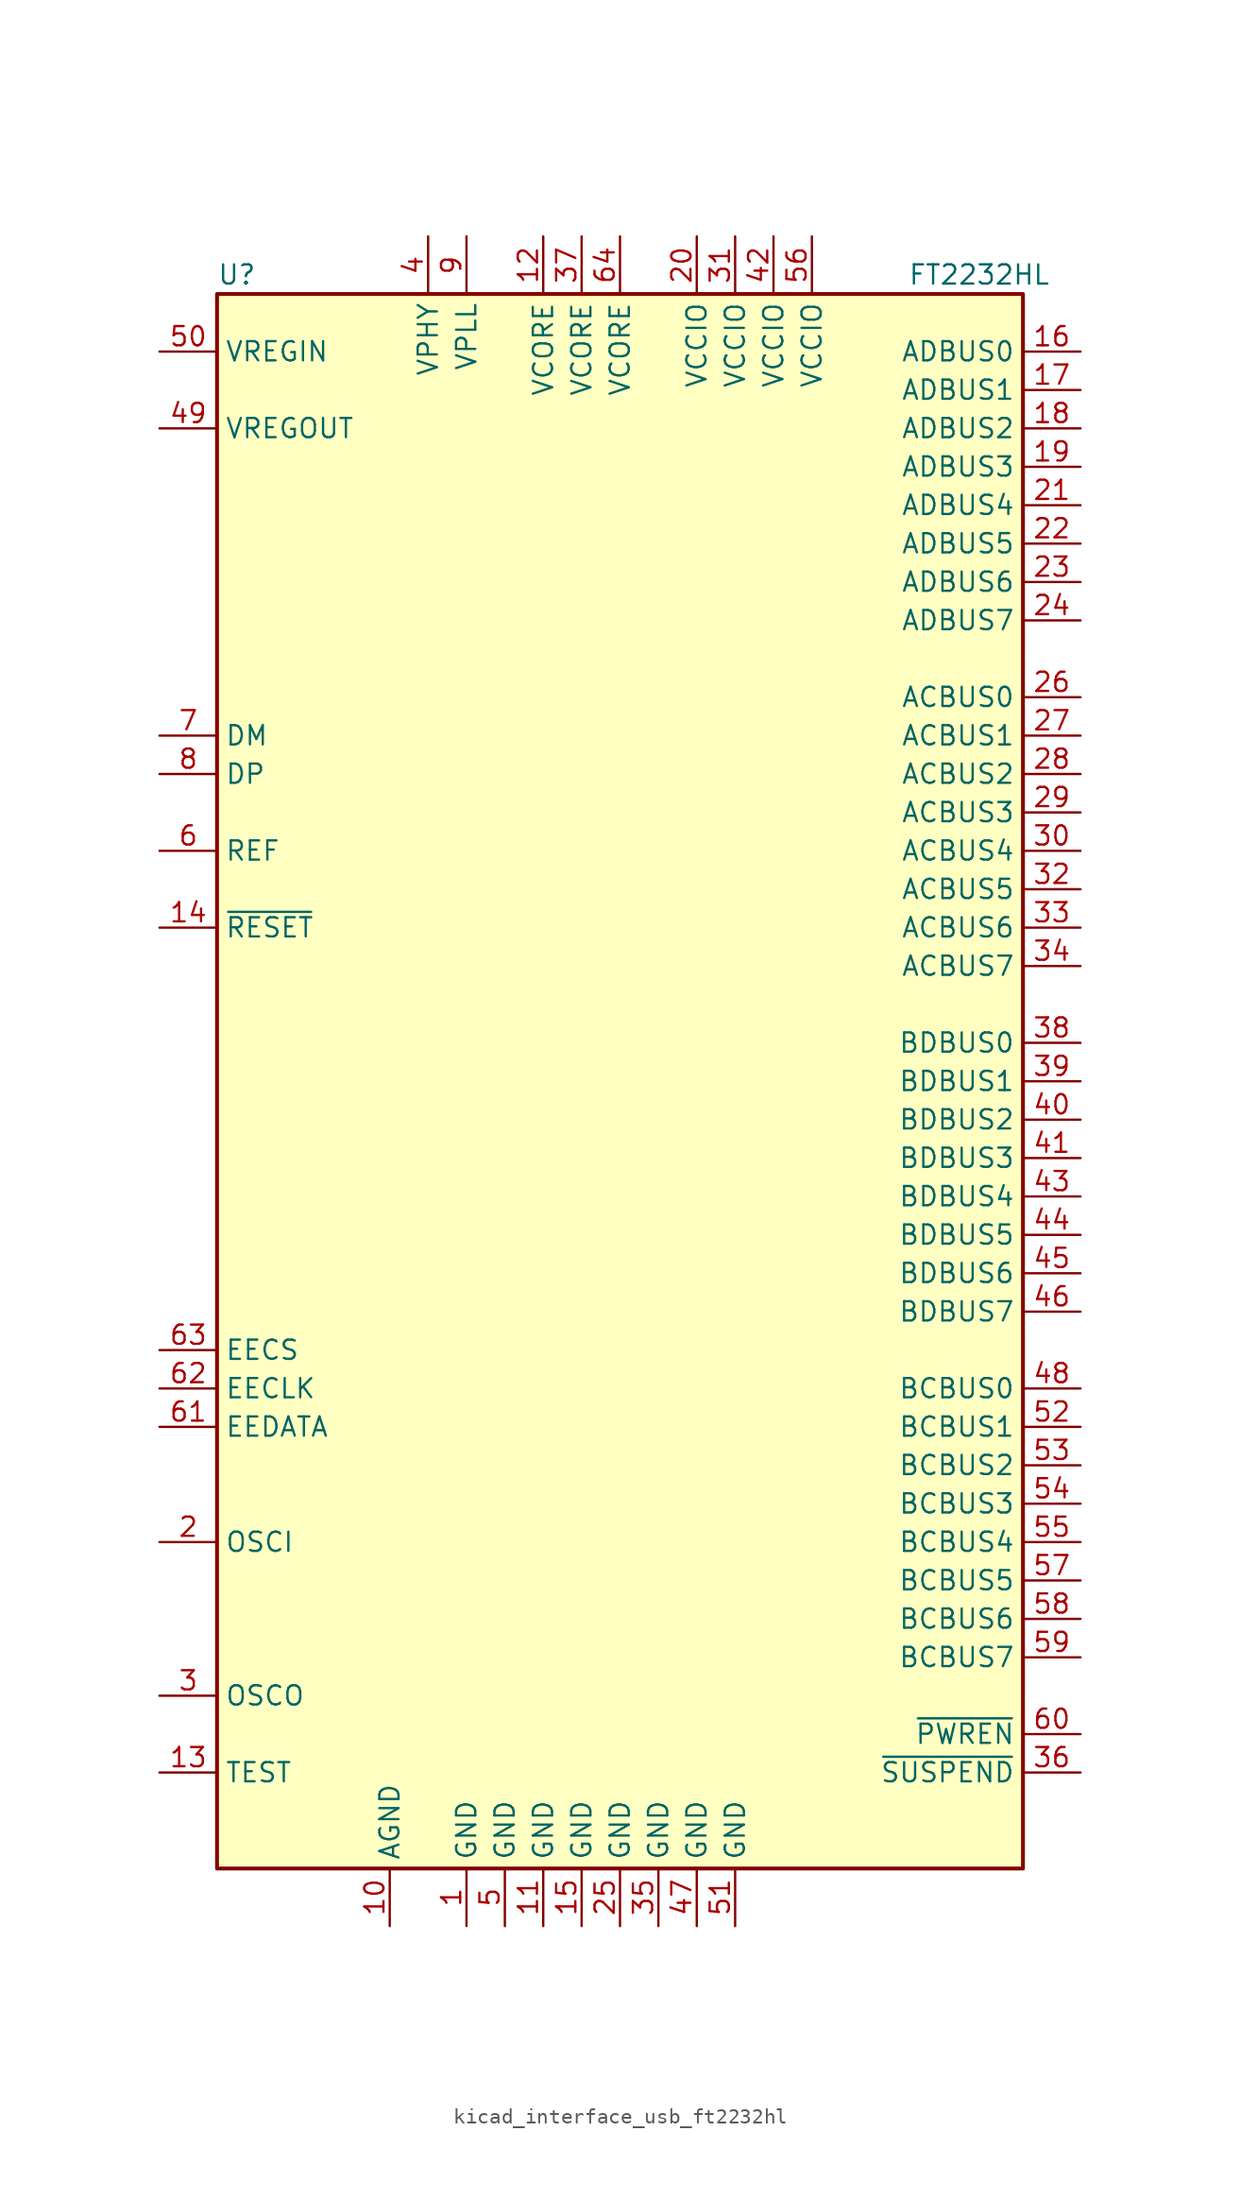
<source format=kicad_sym>
(kicad_symbol_lib
  (version 20220914)
  (generator kicad_symbol_editor)
  (symbol "kicad_interface_usb_ft2232hl"
    (property "Reference" "U"
      (at -26.67 53.34 0)
      (effects (font (size 1.27 1.27)) (justify left)))
    (property "Value" "FT2232HL"
      (at 19.05 53.34 0)
      (effects (font (size 1.27 1.27)) (justify left)))
    (symbol "kicad_interface_usb_ft2232hl_0_1"
      (rectangle (start -26.67 -52.07) (end 26.67 52.07) (stroke (width 0.254) (type default)) (fill (type background))))
    (symbol "kicad_interface_usb_ft2232hl_1_1"
      (pin power_in line (at -10.16 -55.88 90) (length 3.81) (name "GND" (effects (font (size 1.27 1.27)))) (number "1" (effects (font (size 1.27 1.27)))))
      (pin power_in line (at -15.24 -55.88 90) (length 3.81) (name "AGND" (effects (font (size 1.27 1.27)))) (number "10" (effects (font (size 1.27 1.27)))))
      (pin power_in line (at -5.08 -55.88 90) (length 3.81) (name "GND" (effects (font (size 1.27 1.27)))) (number "11" (effects (font (size 1.27 1.27)))))
      (pin power_in line (at -5.08 55.88 270) (length 3.81) (name "VCORE" (effects (font (size 1.27 1.27)))) (number "12" (effects (font (size 1.27 1.27)))))
      (pin input line (at -30.48 -45.72 0) (length 3.81) (name "TEST" (effects (font (size 1.27 1.27)))) (number "13" (effects (font (size 1.27 1.27)))))
      (pin input line (at -30.48 10.16 0) (length 3.81) (name "~{RESET}" (effects (font (size 1.27 1.27)))) (number "14" (effects (font (size 1.27 1.27)))))
      (pin power_in line (at -2.54 -55.88 90) (length 3.81) (name "GND" (effects (font (size 1.27 1.27)))) (number "15" (effects (font (size 1.27 1.27)))))
      (pin bidirectional line (at 30.48 48.26 180) (length 3.81) (name "ADBUS0" (effects (font (size 1.27 1.27)))) (number "16" (effects (font (size 1.27 1.27)))))
      (pin bidirectional line (at 30.48 45.72 180) (length 3.81) (name "ADBUS1" (effects (font (size 1.27 1.27)))) (number "17" (effects (font (size 1.27 1.27)))))
      (pin bidirectional line (at 30.48 43.18 180) (length 3.81) (name "ADBUS2" (effects (font (size 1.27 1.27)))) (number "18" (effects (font (size 1.27 1.27)))))
      (pin bidirectional line (at 30.48 40.64 180) (length 3.81) (name "ADBUS3" (effects (font (size 1.27 1.27)))) (number "19" (effects (font (size 1.27 1.27)))))
      (pin input line (at -30.48 -30.48 0) (length 3.81) (name "OSCI" (effects (font (size 1.27 1.27)))) (number "2" (effects (font (size 1.27 1.27)))))
      (pin power_in line (at 5.08 55.88 270) (length 3.81) (name "VCCIO" (effects (font (size 1.27 1.27)))) (number "20" (effects (font (size 1.27 1.27)))))
      (pin bidirectional line (at 30.48 38.1 180) (length 3.81) (name "ADBUS4" (effects (font (size 1.27 1.27)))) (number "21" (effects (font (size 1.27 1.27)))))
      (pin bidirectional line (at 30.48 35.56 180) (length 3.81) (name "ADBUS5" (effects (font (size 1.27 1.27)))) (number "22" (effects (font (size 1.27 1.27)))))
      (pin bidirectional line (at 30.48 33.02 180) (length 3.81) (name "ADBUS6" (effects (font (size 1.27 1.27)))) (number "23" (effects (font (size 1.27 1.27)))))
      (pin bidirectional line (at 30.48 30.48 180) (length 3.81) (name "ADBUS7" (effects (font (size 1.27 1.27)))) (number "24" (effects (font (size 1.27 1.27)))))
      (pin power_in line (at 0 -55.88 90) (length 3.81) (name "GND" (effects (font (size 1.27 1.27)))) (number "25" (effects (font (size 1.27 1.27)))))
      (pin bidirectional line (at 30.48 25.4 180) (length 3.81) (name "ACBUS0" (effects (font (size 1.27 1.27)))) (number "26" (effects (font (size 1.27 1.27)))))
      (pin bidirectional line (at 30.48 22.86 180) (length 3.81) (name "ACBUS1" (effects (font (size 1.27 1.27)))) (number "27" (effects (font (size 1.27 1.27)))))
      (pin bidirectional line (at 30.48 20.32 180) (length 3.81) (name "ACBUS2" (effects (font (size 1.27 1.27)))) (number "28" (effects (font (size 1.27 1.27)))))
      (pin bidirectional line (at 30.48 17.78 180) (length 3.81) (name "ACBUS3" (effects (font (size 1.27 1.27)))) (number "29" (effects (font (size 1.27 1.27)))))
      (pin output line (at -30.48 -40.64 0) (length 3.81) (name "OSCO" (effects (font (size 1.27 1.27)))) (number "3" (effects (font (size 1.27 1.27)))))
      (pin bidirectional line (at 30.48 15.24 180) (length 3.81) (name "ACBUS4" (effects (font (size 1.27 1.27)))) (number "30" (effects (font (size 1.27 1.27)))))
      (pin power_in line (at 7.62 55.88 270) (length 3.81) (name "VCCIO" (effects (font (size 1.27 1.27)))) (number "31" (effects (font (size 1.27 1.27)))))
      (pin bidirectional line (at 30.48 12.7 180) (length 3.81) (name "ACBUS5" (effects (font (size 1.27 1.27)))) (number "32" (effects (font (size 1.27 1.27)))))
      (pin bidirectional line (at 30.48 10.16 180) (length 3.81) (name "ACBUS6" (effects (font (size 1.27 1.27)))) (number "33" (effects (font (size 1.27 1.27)))))
      (pin bidirectional line (at 30.48 7.62 180) (length 3.81) (name "ACBUS7" (effects (font (size 1.27 1.27)))) (number "34" (effects (font (size 1.27 1.27)))))
      (pin power_in line (at 2.54 -55.88 90) (length 3.81) (name "GND" (effects (font (size 1.27 1.27)))) (number "35" (effects (font (size 1.27 1.27)))))
      (pin output line (at 30.48 -45.72 180) (length 3.81) (name "~{SUSPEND}" (effects (font (size 1.27 1.27)))) (number "36" (effects (font (size 1.27 1.27)))))
      (pin power_in line (at -2.54 55.88 270) (length 3.81) (name "VCORE" (effects (font (size 1.27 1.27)))) (number "37" (effects (font (size 1.27 1.27)))))
      (pin bidirectional line (at 30.48 2.54 180) (length 3.81) (name "BDBUS0" (effects (font (size 1.27 1.27)))) (number "38" (effects (font (size 1.27 1.27)))))
      (pin bidirectional line (at 30.48 0 180) (length 3.81) (name "BDBUS1" (effects (font (size 1.27 1.27)))) (number "39" (effects (font (size 1.27 1.27)))))
      (pin power_in line (at -12.7 55.88 270) (length 3.81) (name "VPHY" (effects (font (size 1.27 1.27)))) (number "4" (effects (font (size 1.27 1.27)))))
      (pin bidirectional line (at 30.48 -2.54 180) (length 3.81) (name "BDBUS2" (effects (font (size 1.27 1.27)))) (number "40" (effects (font (size 1.27 1.27)))))
      (pin bidirectional line (at 30.48 -5.08 180) (length 3.81) (name "BDBUS3" (effects (font (size 1.27 1.27)))) (number "41" (effects (font (size 1.27 1.27)))))
      (pin power_in line (at 10.16 55.88 270) (length 3.81) (name "VCCIO" (effects (font (size 1.27 1.27)))) (number "42" (effects (font (size 1.27 1.27)))))
      (pin bidirectional line (at 30.48 -7.62 180) (length 3.81) (name "BDBUS4" (effects (font (size 1.27 1.27)))) (number "43" (effects (font (size 1.27 1.27)))))
      (pin bidirectional line (at 30.48 -10.16 180) (length 3.81) (name "BDBUS5" (effects (font (size 1.27 1.27)))) (number "44" (effects (font (size 1.27 1.27)))))
      (pin bidirectional line (at 30.48 -12.7 180) (length 3.81) (name "BDBUS6" (effects (font (size 1.27 1.27)))) (number "45" (effects (font (size 1.27 1.27)))))
      (pin bidirectional line (at 30.48 -15.24 180) (length 3.81) (name "BDBUS7" (effects (font (size 1.27 1.27)))) (number "46" (effects (font (size 1.27 1.27)))))
      (pin power_in line (at 5.08 -55.88 90) (length 3.81) (name "GND" (effects (font (size 1.27 1.27)))) (number "47" (effects (font (size 1.27 1.27)))))
      (pin bidirectional line (at 30.48 -20.32 180) (length 3.81) (name "BCBUS0" (effects (font (size 1.27 1.27)))) (number "48" (effects (font (size 1.27 1.27)))))
      (pin power_out line (at -30.48 43.18 0) (length 3.81) (name "VREGOUT" (effects (font (size 1.27 1.27)))) (number "49" (effects (font (size 1.27 1.27)))))
      (pin power_in line (at -7.62 -55.88 90) (length 3.81) (name "GND" (effects (font (size 1.27 1.27)))) (number "5" (effects (font (size 1.27 1.27)))))
      (pin power_in line (at -30.48 48.26 0) (length 3.81) (name "VREGIN" (effects (font (size 1.27 1.27)))) (number "50" (effects (font (size 1.27 1.27)))))
      (pin power_in line (at 7.62 -55.88 90) (length 3.81) (name "GND" (effects (font (size 1.27 1.27)))) (number "51" (effects (font (size 1.27 1.27)))))
      (pin bidirectional line (at 30.48 -22.86 180) (length 3.81) (name "BCBUS1" (effects (font (size 1.27 1.27)))) (number "52" (effects (font (size 1.27 1.27)))))
      (pin bidirectional line (at 30.48 -25.4 180) (length 3.81) (name "BCBUS2" (effects (font (size 1.27 1.27)))) (number "53" (effects (font (size 1.27 1.27)))))
      (pin bidirectional line (at 30.48 -27.94 180) (length 3.81) (name "BCBUS3" (effects (font (size 1.27 1.27)))) (number "54" (effects (font (size 1.27 1.27)))))
      (pin bidirectional line (at 30.48 -30.48 180) (length 3.81) (name "BCBUS4" (effects (font (size 1.27 1.27)))) (number "55" (effects (font (size 1.27 1.27)))))
      (pin power_in line (at 12.7 55.88 270) (length 3.81) (name "VCCIO" (effects (font (size 1.27 1.27)))) (number "56" (effects (font (size 1.27 1.27)))))
      (pin bidirectional line (at 30.48 -33.02 180) (length 3.81) (name "BCBUS5" (effects (font (size 1.27 1.27)))) (number "57" (effects (font (size 1.27 1.27)))))
      (pin bidirectional line (at 30.48 -35.56 180) (length 3.81) (name "BCBUS6" (effects (font (size 1.27 1.27)))) (number "58" (effects (font (size 1.27 1.27)))))
      (pin bidirectional line (at 30.48 -38.1 180) (length 3.81) (name "BCBUS7" (effects (font (size 1.27 1.27)))) (number "59" (effects (font (size 1.27 1.27)))))
      (pin output line (at -30.48 15.24 0) (length 3.81) (name "REF" (effects (font (size 1.27 1.27)))) (number "6" (effects (font (size 1.27 1.27)))))
      (pin output line (at 30.48 -43.18 180) (length 3.81) (name "~{PWREN}" (effects (font (size 1.27 1.27)))) (number "60" (effects (font (size 1.27 1.27)))))
      (pin bidirectional line (at -30.48 -22.86 0) (length 3.81) (name "EEDATA" (effects (font (size 1.27 1.27)))) (number "61" (effects (font (size 1.27 1.27)))))
      (pin output line (at -30.48 -20.32 0) (length 3.81) (name "EECLK" (effects (font (size 1.27 1.27)))) (number "62" (effects (font (size 1.27 1.27)))))
      (pin output line (at -30.48 -17.78 0) (length 3.81) (name "EECS" (effects (font (size 1.27 1.27)))) (number "63" (effects (font (size 1.27 1.27)))))
      (pin power_in line (at 0 55.88 270) (length 3.81) (name "VCORE" (effects (font (size 1.27 1.27)))) (number "64" (effects (font (size 1.27 1.27)))))
      (pin bidirectional line (at -30.48 22.86 0) (length 3.81) (name "DM" (effects (font (size 1.27 1.27)))) (number "7" (effects (font (size 1.27 1.27)))))
      (pin bidirectional line (at -30.48 20.32 0) (length 3.81) (name "DP" (effects (font (size 1.27 1.27)))) (number "8" (effects (font (size 1.27 1.27)))))
      (pin input line (at -10.16 55.88 270) (length 3.81) (name "VPLL" (effects (font (size 1.27 1.27)))) (number "9" (effects (font (size 1.27 1.27))))))))
</source>
